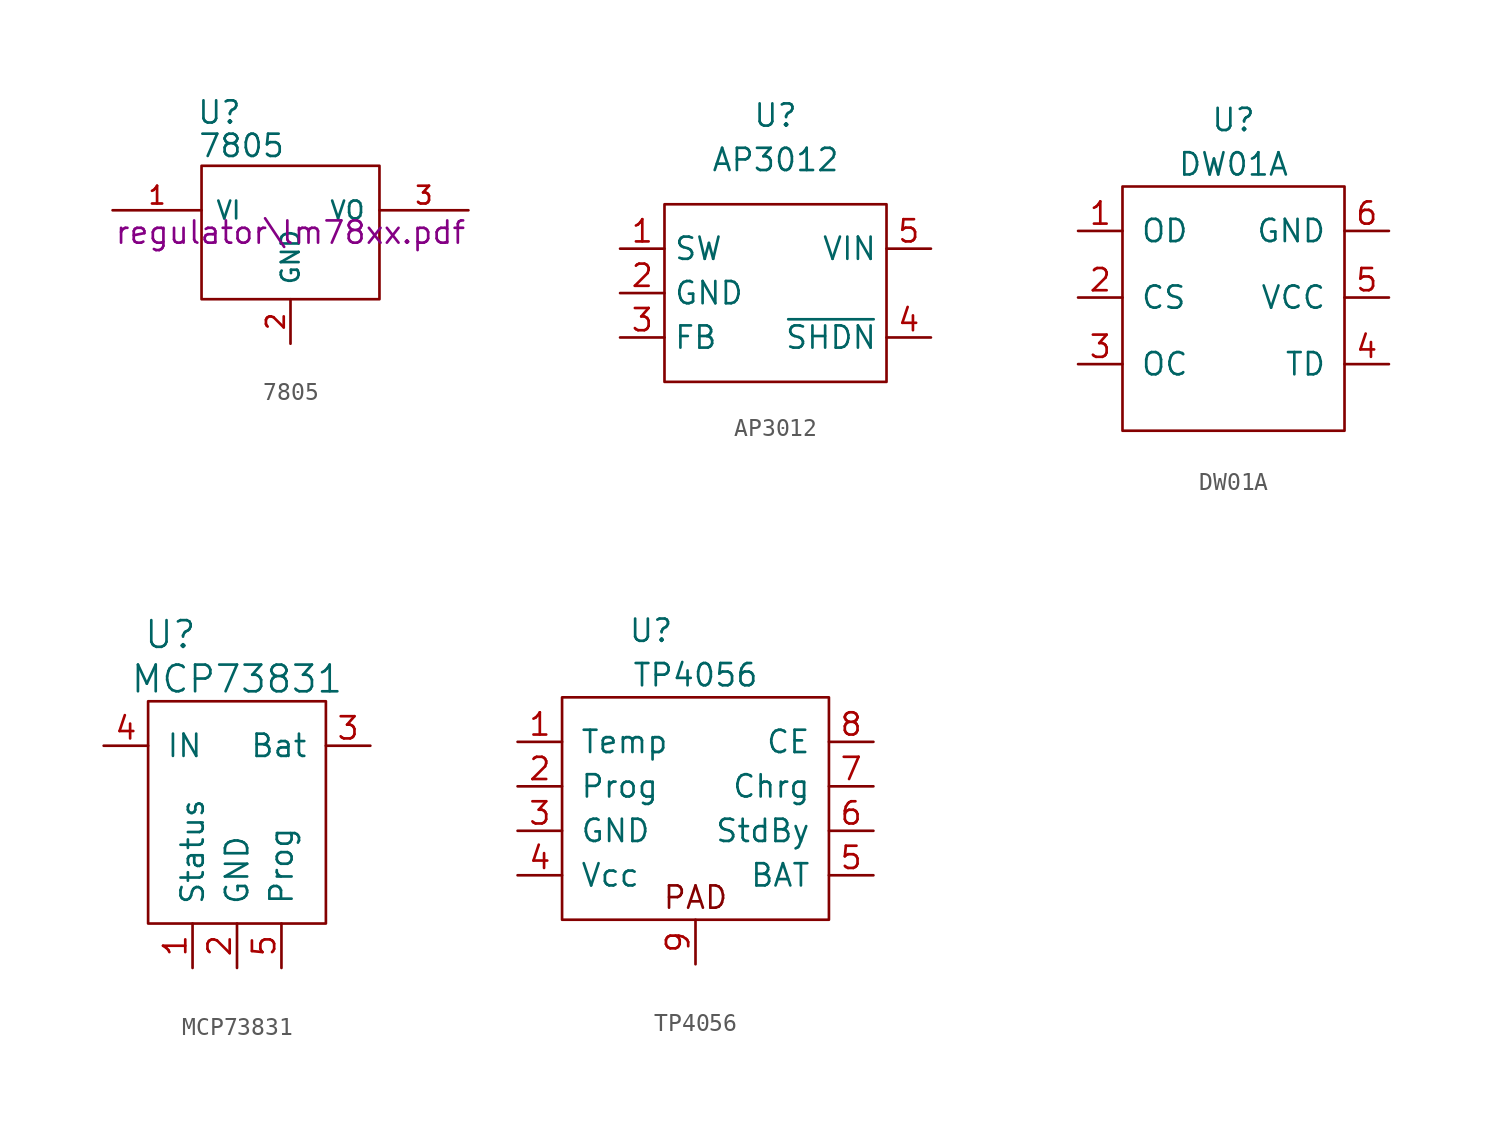
<source format=kicad_sym>
(kicad_symbol_lib
  (version 20231120)
  (generator "kicad_symbol_editor")
  (generator_version "8.0")
  (symbol "7805"
    (pin_names
      (offset 0.762))
    (property "Reference" "U"
      (at -4.064 6.858 0)
      (effects (font (size 1.27 1.27))))
    (property "Value" "7805"
      (at -2.794 4.953 0)
      (effects (font (size 1.27 1.27))))
    (property "Footprint" ""
      (at 0 0 0)
      (effects (font (size 1.27 1.27))))
    (property "Datasheet" "regulator\\lm78xx.pdf"
      (at 0 0 0)
      (effects (font (size 1.27 1.27))))
    (symbol "7805_0_1"
      (rectangle (start -5.08 -3.81) (end 5.08 3.81) (stroke (width 0) (type default)) (fill (type none))))
    (symbol "7805_1_1"
      (pin input line (at -10.16 1.27 0) (length 5.08) (name "VI" (effects (font (size 1.016 1.016)))) (number "1" (effects (font (size 1.016 1.016)))))
      (pin input line (at 0 -6.35 90) (length 2.54) (name "GND" (effects (font (size 1.016 1.016)))) (number "2" (effects (font (size 1.016 1.016)))))
      (pin power_out line (at 10.16 1.27 180) (length 5.08) (name "VO" (effects (font (size 1.016 1.016)))) (number "3" (effects (font (size 1.016 1.016)))))))
  (symbol "AP3012"
    (property "Reference" "U"
      (at 0 10.16 0)
      (effects (font (size 1.27 1.27))))
    (property "Value" "AP3012"
      (at 0 7.62 0)
      (effects (font (size 1.27 1.27))))
    (symbol "AP3012_0_1"
      (rectangle (start -6.35 5.08) (end 6.35 -5.08) (stroke (width 0.152) (type default)) (fill (type none))))
    (symbol "AP3012_1_1"
      (pin input line (at -8.89 2.54 0) (length 2.54) (name "SW" (effects (font (size 1.27 1.27)))) (number "1" (effects (font (size 1.27 1.27)))))
      (pin input line (at -8.89 0 0) (length 2.54) (name "GND" (effects (font (size 1.27 1.27)))) (number "2" (effects (font (size 1.27 1.27)))))
      (pin input line (at -8.89 -2.54 0) (length 2.54) (name "FB" (effects (font (size 1.27 1.27)))) (number "3" (effects (font (size 1.27 1.27)))))
      (pin input line (at 8.89 -2.54 180) (length 2.54) (name "~{SHDN}" (effects (font (size 1.27 1.27)))) (number "4" (effects (font (size 1.27 1.27)))))
      (pin input line (at 8.89 2.54 180) (length 2.54) (name "VIN" (effects (font (size 1.27 1.27)))) (number "5" (effects (font (size 1.27 1.27)))))))
  (symbol "DW01A"
    (pin_names
      (offset 1.016))
    (property "Reference" "U"
      (at 0 10.16 0)
      (effects (font (size 1.27 1.27))))
    (property "Value" "DW01A"
      (at 0 7.62 0)
      (effects (font (size 1.27 1.27))))
    (symbol "DW01A_0_1"
      (rectangle (start -6.35 6.35) (end 6.35 -7.62) (stroke (width 0.152) (type default)) (fill (type none))))
    (symbol "DW01A_1_1"
      (pin output line (at -8.89 3.81 0) (length 2.54) (name "OD" (effects (font (size 1.27 1.27)))) (number "1" (effects (font (size 1.27 1.27)))))
      (pin input line (at -8.89 0 0) (length 2.54) (name "CS" (effects (font (size 1.27 1.27)))) (number "2" (effects (font (size 1.27 1.27)))))
      (pin output line (at -8.89 -3.81 0) (length 2.54) (name "OC" (effects (font (size 1.27 1.27)))) (number "3" (effects (font (size 1.27 1.27)))))
      (pin passive line (at 8.89 -3.81 180) (length 2.54) (name "TD" (effects (font (size 1.27 1.27)))) (number "4" (effects (font (size 1.27 1.27)))))
      (pin power_in line (at 8.89 0 180) (length 2.54) (name "VCC" (effects (font (size 1.27 1.27)))) (number "5" (effects (font (size 1.27 1.27)))))
      (pin passive line (at 8.89 3.81 180) (length 2.54) (name "GND" (effects (font (size 1.27 1.27)))) (number "6" (effects (font (size 1.27 1.27)))))))
  (symbol "MCP73831"
    (pin_names
      (offset 1.016))
    (property "Reference" "U"
      (at -3.81 10.16 0)
      (effects (font (size 1.524 1.524))))
    (property "Value" "MCP73831"
      (at 0 7.62 0)
      (effects (font (size 1.524 1.524))))
    (property "Footprint" ""
      (at 1.27 -1.27 0)
      (effects (font (size 1.524 1.524))))
    (property "Datasheet" ""
      (at 1.27 -1.27 0)
      (effects (font (size 1.524 1.524))))
    (symbol "MCP73831_0_1"
      (rectangle (start -5.08 6.35) (end 5.08 -6.35) (stroke (width 0) (type default)) (fill (type none))))
    (symbol "MCP73831_1_1"
      (pin passive line (at -2.54 -8.89 90) (length 2.54) (name "Status" (effects (font (size 1.27 1.27)))) (number "1" (effects (font (size 1.27 1.27)))))
      (pin passive line (at 0 -8.89 90) (length 2.54) (name "GND" (effects (font (size 1.27 1.27)))) (number "2" (effects (font (size 1.27 1.27)))))
      (pin passive line (at 7.62 3.81 180) (length 2.54) (name "Bat" (effects (font (size 1.27 1.27)))) (number "3" (effects (font (size 1.27 1.27)))))
      (pin passive line (at -7.62 3.81 0) (length 2.54) (name "IN" (effects (font (size 1.27 1.27)))) (number "4" (effects (font (size 1.27 1.27)))))
      (pin passive line (at 2.54 -8.89 90) (length 2.54) (name "Prog" (effects (font (size 1.27 1.27)))) (number "5" (effects (font (size 1.27 1.27)))))))
  (symbol "TP4056"
    (pin_names
      (offset 1.016))
    (property "Reference" "U"
      (at -2.54 6.35 0)
      (effects (font (size 1.27 1.27))))
    (property "Value" "TP4056"
      (at 0 3.81 0)
      (effects (font (size 1.27 1.27))))
    (symbol "TP4056_0_0"
      (text "PAD" (at 0 -8.89 0) (effects (font (size 1.27 1.27)))))
    (symbol "TP4056_0_1"
      (rectangle (start -7.62 2.54) (end 7.62 -10.16) (stroke (width 0.152) (type default)) (fill (type none))))
    (symbol "TP4056_1_1"
      (pin passive line (at -10.16 0 0) (length 2.54) (name "Temp" (effects (font (size 1.27 1.27)))) (number "1" (effects (font (size 1.27 1.27)))))
      (pin passive line (at -10.16 -2.54 0) (length 2.54) (name "Prog" (effects (font (size 1.27 1.27)))) (number "2" (effects (font (size 1.27 1.27)))))
      (pin passive line (at -10.16 -5.08 0) (length 2.54) (name "GND" (effects (font (size 1.27 1.27)))) (number "3" (effects (font (size 1.27 1.27)))))
      (pin power_in line (at -10.16 -7.62 0) (length 2.54) (name "Vcc" (effects (font (size 1.27 1.27)))) (number "4" (effects (font (size 1.27 1.27)))))
      (pin power_in line (at 10.16 -7.62 180) (length 2.54) (name "BAT" (effects (font (size 1.27 1.27)))) (number "5" (effects (font (size 1.27 1.27)))))
      (pin open_collector line (at 10.16 -5.08 180) (length 2.54) (name "StdBy" (effects (font (size 1.27 1.27)))) (number "6" (effects (font (size 1.27 1.27)))))
      (pin open_collector line (at 10.16 -2.54 180) (length 2.54) (name "Chrg" (effects (font (size 1.27 1.27)))) (number "7" (effects (font (size 1.27 1.27)))))
      (pin input line (at 10.16 0 180) (length 2.54) (name "CE" (effects (font (size 1.27 1.27)))) (number "8" (effects (font (size 1.27 1.27)))))
      (pin passive line (at 0 -12.7 90) (length 2.54) (name "~" (effects (font (size 1.27 1.27)))) (number "9" (effects (font (size 1.27 1.27))))))))
</source>
